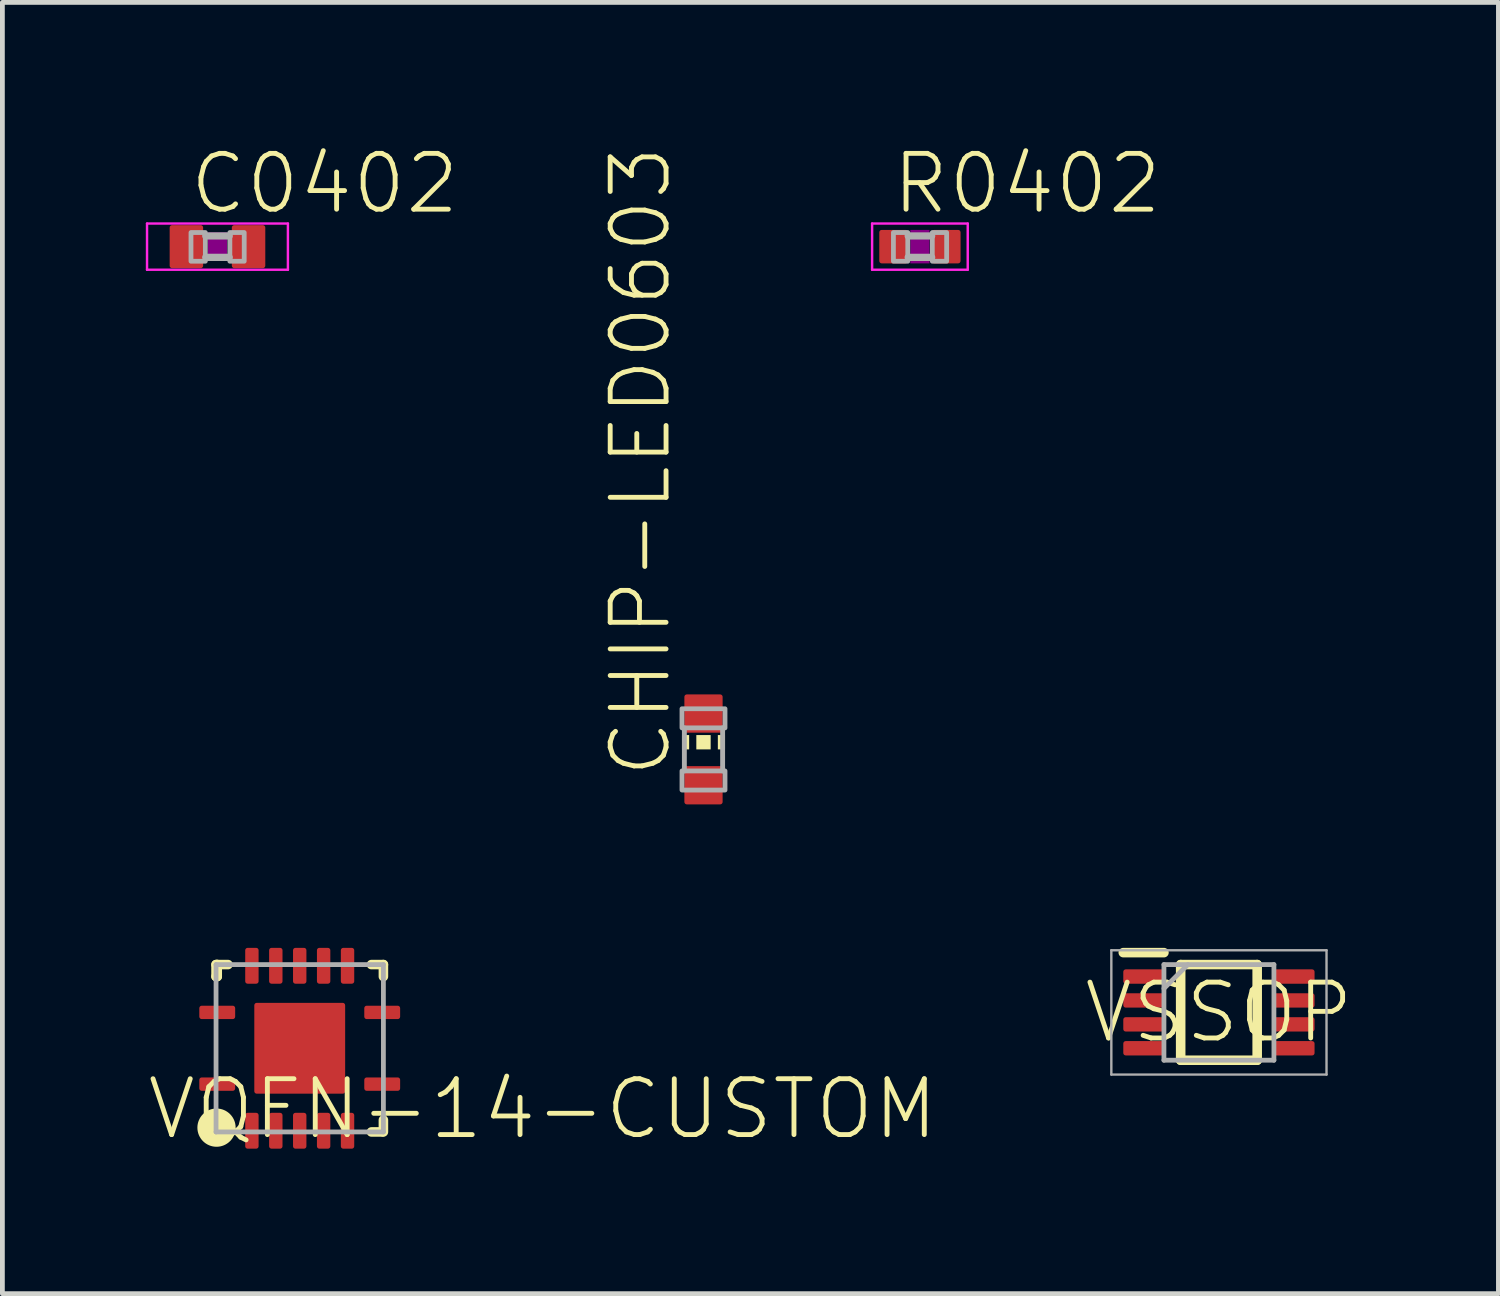
<source format=kicad_pcb>
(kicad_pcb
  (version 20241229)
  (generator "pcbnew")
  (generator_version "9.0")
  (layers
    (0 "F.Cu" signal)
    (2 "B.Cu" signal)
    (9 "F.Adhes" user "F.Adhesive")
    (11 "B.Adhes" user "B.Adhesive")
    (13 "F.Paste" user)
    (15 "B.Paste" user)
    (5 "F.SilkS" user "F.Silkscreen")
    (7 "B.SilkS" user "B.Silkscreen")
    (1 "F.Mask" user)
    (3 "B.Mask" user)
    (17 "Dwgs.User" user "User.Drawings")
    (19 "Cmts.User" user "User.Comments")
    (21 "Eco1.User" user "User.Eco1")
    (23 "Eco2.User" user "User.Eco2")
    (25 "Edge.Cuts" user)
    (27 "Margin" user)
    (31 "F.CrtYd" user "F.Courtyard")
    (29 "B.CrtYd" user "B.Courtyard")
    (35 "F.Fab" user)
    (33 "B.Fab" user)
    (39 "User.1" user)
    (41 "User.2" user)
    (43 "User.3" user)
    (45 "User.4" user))
  (footprint "VQFN-14-CUSTOM"
    (layer "F.Cu")
    (at 3.218 18.872)
    (property "Reference" "VQFN-14-CUSTOM" (at 5.08 1.27 0) (layer "F.SilkS") (effects (font (size 1.168 1.168) (thickness 0.102))))
    (fp_line (start -1.75 -1.75) (end -1.725 -1.75) (stroke (width 0.2) (type solid)) (layer "F.SilkS"))
    (fp_line (start -1.75 -1.5) (end -1.75 -1.75) (stroke (width 0.2) (type solid)) (layer "F.SilkS"))
    (fp_line (start -1.75 1.725) (end -1.5 1.725) (stroke (width 0.2) (type solid)) (layer "F.SilkS"))
    (fp_line (start -1.75 1.75) (end -1.75 1.725) (stroke (width 0.2) (type solid)) (layer "F.SilkS"))
    (fp_line (start -1.725 -1.75) (end -1.725 -1.5) (stroke (width 0.2) (type solid)) (layer "F.SilkS"))
    (fp_line (start -1.725 -1.75) (end -1.5 -1.75) (stroke (width 0.2) (type solid)) (layer "F.SilkS"))
    (fp_line (start -1.725 -1.5) (end -1.75 -1.5) (stroke (width 0.2) (type solid)) (layer "F.SilkS"))
    (fp_line (start -1.5 1.725) (end -1.5 1.75) (stroke (width 0.2) (type solid)) (layer "F.SilkS"))
    (fp_line (start 1.725 1.75) (end 1.5 1.75) (stroke (width 0.2) (type solid)) (layer "F.SilkS"))
    (fp_line (start 1.75 -1.75) (end 1.5 -1.75) (stroke (width 0.2) (type solid)) (layer "F.SilkS"))
    (fp_line (start 1.75 -1.5) (end 1.75 -1.75) (stroke (width 0.2) (type solid)) (layer "F.SilkS"))
    (fp_line (start 1.75 1.5) (end 1.75 1.75) (stroke (width 0.2) (type solid)) (layer "F.SilkS"))
    (fp_circle (center -1.74 1.66) (end -1.54 1.66) (stroke (width 0.4) (type solid)) (fill yes) (layer "F.SilkS"))
    (fp_line (start -1.75 -1.75) (end -1.75 1.75) (stroke (width 0.1) (type solid)) (layer "F.Fab"))
    (fp_line (start -1.75 1.75) (end 1.75 1.75) (stroke (width 0.1) (type solid)) (layer "F.Fab"))
    (fp_line (start 1.75 -1.75) (end -1.75 -1.75) (stroke (width 0.1) (type solid)) (layer "F.Fab"))
    (fp_line (start 1.75 1.75) (end 1.75 -1.75) (stroke (width 0.1) (type solid)) (layer "F.Fab"))
    (pad "1" smd roundrect (at -1.725 0.75) (size 0.75 0.28) (layers "F.Cu" "F.Mask" "F.Paste") (roundrect_rratio 0.181))
    (pad "2" smd roundrect (at -1 1.725 90) (size 0.75 0.28) (layers "F.Cu" "F.Mask" "F.Paste") (roundrect_rratio 0.181))
    (pad "3" smd roundrect (at -0.5 1.725 90) (size 0.75 0.28) (layers "F.Cu" "F.Mask" "F.Paste") (roundrect_rratio 0.181))
    (pad "4" smd roundrect (at 0 1.725 90) (size 0.75 0.28) (layers "F.Cu" "F.Mask" "F.Paste") (roundrect_rratio 0.181))
    (pad "5" smd roundrect (at 0.5 1.725 90) (size 0.75 0.28) (layers "F.Cu" "F.Mask" "F.Paste") (roundrect_rratio 0.181))
    (pad "6" smd roundrect (at 1 1.725 90) (size 0.75 0.28) (layers "F.Cu" "F.Mask" "F.Paste") (roundrect_rratio 0.181))
    (pad "7" smd roundrect (at 1.725 0.75) (size 0.75 0.28) (layers "F.Cu" "F.Mask" "F.Paste") (roundrect_rratio 0.181))
    (pad "8" smd roundrect (at 1.725 -0.75) (size 0.75 0.28) (layers "F.Cu" "F.Mask" "F.Paste") (roundrect_rratio 0.181))
    (pad "9" smd roundrect (at 1 -1.725 90) (size 0.75 0.28) (layers "F.Cu" "F.Mask" "F.Paste") (roundrect_rratio 0.181))
    (pad "10" smd roundrect (at 0.5 -1.725 90) (size 0.75 0.28) (layers "F.Cu" "F.Mask" "F.Paste") (roundrect_rratio 0.181))
    (pad "11" smd roundrect (at 0 -1.725 90) (size 0.75 0.28) (layers "F.Cu" "F.Mask" "F.Paste") (roundrect_rratio 0.181))
    (pad "12" smd roundrect (at -0.5 -1.725 90) (size 0.75 0.28) (layers "F.Cu" "F.Mask" "F.Paste") (roundrect_rratio 0.181))
    (pad "13" smd roundrect (at -1 -1.725 90) (size 0.75 0.28) (layers "F.Cu" "F.Mask" "F.Paste") (roundrect_rratio 0.181))
    (pad "14" smd roundrect (at -1.725 -0.75) (size 0.75 0.28) (layers "F.Cu" "F.Mask" "F.Paste") (roundrect_rratio 0.181))
    (pad "15" smd roundrect (at 0 0) (size 1.9 1.9) (layers "F.Cu" "F.Mask" "F.Paste") (roundrect_rratio 0.027)))
  (footprint "C0402"
    (layer "F.Cu")
    (at 1.498 2.108)
    (property "Reference" "C0402" (at -0.635 -0.635 0) (layer "F.SilkS") (effects (font (size 1.168 1.168) (thickness 0.102)) (justify left bottom)))
    (fp_poly (pts (xy -0.2 0.3) (xy 0.2 0.3) (xy 0.2 -0.3) (xy -0.2 -0.3)) (stroke (width 0) (type solid)) (fill yes) (layer "F.Adhes"))
    (fp_line (start -1.473 -0.483) (end 1.473 -0.483) (stroke (width 0.051) (type solid)) (layer "F.CrtYd"))
    (fp_line (start -1.473 0.483) (end -1.473 -0.483) (stroke (width 0.051) (type solid)) (layer "F.CrtYd"))
    (fp_line (start 1.473 -0.483) (end 1.473 0.483) (stroke (width 0.051) (type solid)) (layer "F.CrtYd"))
    (fp_line (start 1.473 0.483) (end -1.473 0.483) (stroke (width 0.051) (type solid)) (layer "F.CrtYd"))
    (fp_line (start -0.245 -0.224) (end 0.245 -0.224) (stroke (width 0.152) (type solid)) (layer "F.Fab"))
    (fp_line (start 0.245 0.224) (end -0.245 0.224) (stroke (width 0.152) (type solid)) (layer "F.Fab"))
    (fp_poly (pts (xy -0.554 0.305) (xy -0.254 0.305) (xy -0.254 -0.295) (xy -0.554 -0.295)) (stroke (width 0.1) (type solid)) (fill no) (layer "F.Fab"))
    (fp_poly (pts (xy 0.259 0.305) (xy 0.559 0.305) (xy 0.559 -0.295) (xy 0.259 -0.295)) (stroke (width 0.1) (type solid)) (fill no) (layer "F.Fab"))
    (pad "1" smd roundrect (at -0.65 0) (size 0.7 0.9) (layers "F.Cu" "F.Mask" "F.Paste") (roundrect_rratio 0.073))
    (pad "2" smd roundrect (at 0.65 0) (size 0.7 0.9) (layers "F.Cu" "F.Mask" "F.Paste") (roundrect_rratio 0.073)))
  (footprint "VSSOP"
    (layer "F.Cu")
    (at 22.441 18.122)
    (property "Reference" "VSSOP" (at 0 0 0) (layer "F.SilkS") (effects (font (size 1.168 1.168) (thickness 0.102))))
    (fp_line (start -2 -1.25) (end -1.15 -1.25) (stroke (width 0.2) (type solid)) (layer "F.SilkS"))
    (fp_line (start -0.8 -1) (end 0.8 -1) (stroke (width 0.2) (type solid)) (layer "F.SilkS"))
    (fp_line (start -0.8 1) (end -0.8 -1) (stroke (width 0.2) (type solid)) (layer "F.SilkS"))
    (fp_line (start 0.8 -1) (end 0.8 1) (stroke (width 0.2) (type solid)) (layer "F.SilkS"))
    (fp_line (start 0.8 1) (end -0.8 1) (stroke (width 0.2) (type solid)) (layer "F.SilkS"))
    (fp_line (start -2.25 -1.3) (end 2.25 -1.3) (stroke (width 0.05) (type solid)) (layer "F.Fab"))
    (fp_line (start -2.25 1.3) (end -2.25 -1.3) (stroke (width 0.05) (type solid)) (layer "F.Fab"))
    (fp_line (start -1.15 -1) (end 1.15 -1) (stroke (width 0.1) (type solid)) (layer "F.Fab"))
    (fp_line (start -1.15 -0.5) (end -0.65 -1) (stroke (width 0.1) (type solid)) (layer "F.Fab"))
    (fp_line (start -1.15 1) (end -1.15 -1) (stroke (width 0.1) (type solid)) (layer "F.Fab"))
    (fp_line (start 1.15 -1) (end 1.15 1) (stroke (width 0.1) (type solid)) (layer "F.Fab"))
    (fp_line (start 1.15 1) (end -1.15 1) (stroke (width 0.1) (type solid)) (layer "F.Fab"))
    (fp_line (start 2.25 -1.3) (end 2.25 1.3) (stroke (width 0.05) (type solid)) (layer "F.Fab"))
    (fp_line (start 2.25 1.3) (end -2.25 1.3) (stroke (width 0.05) (type solid)) (layer "F.Fab"))
    (pad "1" smd roundrect (at -1.575 -0.75) (size 0.85 0.3) (layers "F.Cu" "F.Mask" "F.Paste") (roundrect_rratio 0.169))
    (pad "2" smd roundrect (at -1.575 -0.25) (size 0.85 0.3) (layers "F.Cu" "F.Mask" "F.Paste") (roundrect_rratio 0.169))
    (pad "3" smd roundrect (at -1.575 0.25) (size 0.85 0.3) (layers "F.Cu" "F.Mask" "F.Paste") (roundrect_rratio 0.169))
    (pad "4" smd roundrect (at -1.575 0.75) (size 0.85 0.3) (layers "F.Cu" "F.Mask" "F.Paste") (roundrect_rratio 0.169))
    (pad "5" smd roundrect (at 1.575 0.75) (size 0.85 0.3) (layers "F.Cu" "F.Mask" "F.Paste") (roundrect_rratio 0.169))
    (pad "6" smd roundrect (at 1.575 0.25) (size 0.85 0.3) (layers "F.Cu" "F.Mask" "F.Paste") (roundrect_rratio 0.169))
    (pad "7" smd roundrect (at 1.575 -0.25) (size 0.85 0.3) (layers "F.Cu" "F.Mask" "F.Paste") (roundrect_rratio 0.169))
    (pad "8" smd roundrect (at 1.575 -0.75) (size 0.85 0.3) (layers "F.Cu" "F.Mask" "F.Paste") (roundrect_rratio 0.169)))
  (footprint "CHIP-LED0603"
    (layer "F.Cu")
    (at 11.662 12.622)
    (property "Reference" "CHIP-LED0603" (at -0.635 0.635 90) (layer "F.SilkS") (effects (font (size 1.168 1.168) (thickness 0.102)) (justify left bottom)))
    (fp_poly (pts (xy -0.45 0) (xy -0.3 0) (xy -0.3 -0.3) (xy -0.45 -0.3)) (stroke (width 0) (type solid)) (fill yes) (layer "F.SilkS"))
    (fp_poly (pts (xy -0.15 0) (xy 0.15 0) (xy 0.15 -0.3) (xy -0.15 -0.3)) (stroke (width 0) (type solid)) (fill yes) (layer "F.SilkS"))
    (fp_poly (pts (xy 0.3 0) (xy 0.45 0) (xy 0.45 -0.3) (xy 0.3 -0.3)) (stroke (width 0) (type solid)) (fill yes) (layer "F.SilkS"))
    (fp_line (start -0.4 -0.45) (end -0.4 0.45) (stroke (width 0.102) (type solid)) (layer "F.Fab"))
    (fp_line (start 0.4 -0.45) (end 0.4 0.45) (stroke (width 0.102) (type solid)) (layer "F.Fab"))
    (fp_poly (pts (xy -0.45 -0.45) (xy 0.45 -0.45) (xy 0.45 -0.85) (xy -0.45 -0.85)) (stroke (width 0.1) (type solid)) (fill no) (layer "F.Fab"))
    (fp_poly (pts (xy -0.45 0.85) (xy 0.45 0.85) (xy 0.45 0.45) (xy -0.45 0.45)) (stroke (width 0.1) (type solid)) (fill no) (layer "F.Fab"))
    (pad "A" smd roundrect (at 0 0.75) (size 0.8 0.8) (layers "F.Cu" "F.Mask" "F.Paste") (roundrect_rratio 0.064))
    (pad "C" smd roundrect (at 0 -0.75) (size 0.8 0.8) (layers "F.Cu" "F.Mask" "F.Paste") (roundrect_rratio 0.064)))
  (footprint "R0402"
    (layer "F.Cu")
    (at 16.188 2.108)
    (property "Reference" "R0402" (at -0.635 -0.635 0) (layer "F.SilkS") (effects (font (size 1.168 1.168) (thickness 0.102)) (justify left bottom)))
    (fp_poly (pts (xy -0.2 0.35) (xy 0.2 0.35) (xy 0.2 -0.35) (xy -0.2 -0.35)) (stroke (width 0) (type solid)) (fill yes) (layer "F.Adhes"))
    (fp_line (start -1 -0.483) (end 1 -0.483) (stroke (width 0.051) (type solid)) (layer "F.CrtYd"))
    (fp_line (start -1 0.483) (end -1 -0.483) (stroke (width 0.051) (type solid)) (layer "F.CrtYd"))
    (fp_line (start 1 -0.483) (end 1 0.483) (stroke (width 0.051) (type solid)) (layer "F.CrtYd"))
    (fp_line (start 1 0.483) (end -1 0.483) (stroke (width 0.051) (type solid)) (layer "F.CrtYd"))
    (fp_line (start -0.245 -0.224) (end 0.245 -0.224) (stroke (width 0.152) (type solid)) (layer "F.Fab"))
    (fp_line (start 0.245 0.224) (end -0.245 0.224) (stroke (width 0.152) (type solid)) (layer "F.Fab"))
    (fp_poly (pts (xy -0.554 0.305) (xy -0.254 0.305) (xy -0.254 -0.295) (xy -0.554 -0.295)) (stroke (width 0.1) (type solid)) (fill no) (layer "F.Fab"))
    (fp_poly (pts (xy 0.259 0.305) (xy 0.559 0.305) (xy 0.559 -0.295) (xy 0.259 -0.295)) (stroke (width 0.1) (type solid)) (fill no) (layer "F.Fab"))
    (pad "1" smd roundrect (at -0.55 0) (size 0.6 0.7) (layers "F.Cu" "F.Mask" "F.Paste") (roundrect_rratio 0.085))
    (pad "2" smd roundrect (at 0.55 0) (size 0.6 0.7) (layers "F.Cu" "F.Mask" "F.Paste") (roundrect_rratio 0.085)))
  (gr_rect
    (start -3 -3)
    (end 28.286 24.004)
    (stroke (width 0.1) (type default))
    (fill no)
    (layer "Edge.Cuts")))
</source>
